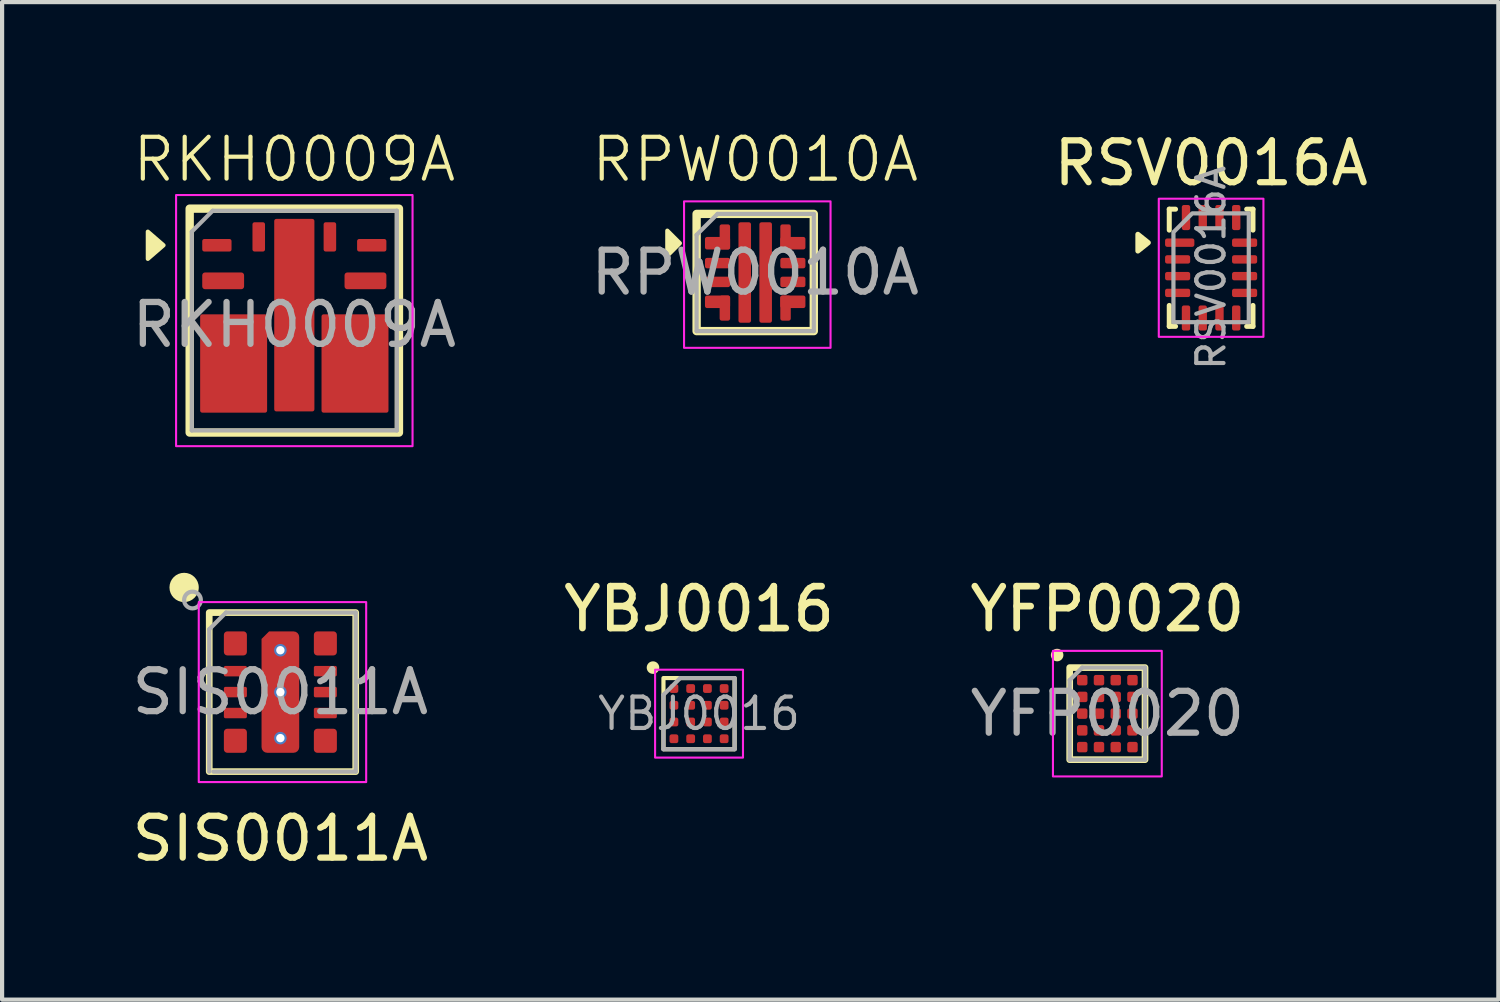
<source format=kicad_pcb>
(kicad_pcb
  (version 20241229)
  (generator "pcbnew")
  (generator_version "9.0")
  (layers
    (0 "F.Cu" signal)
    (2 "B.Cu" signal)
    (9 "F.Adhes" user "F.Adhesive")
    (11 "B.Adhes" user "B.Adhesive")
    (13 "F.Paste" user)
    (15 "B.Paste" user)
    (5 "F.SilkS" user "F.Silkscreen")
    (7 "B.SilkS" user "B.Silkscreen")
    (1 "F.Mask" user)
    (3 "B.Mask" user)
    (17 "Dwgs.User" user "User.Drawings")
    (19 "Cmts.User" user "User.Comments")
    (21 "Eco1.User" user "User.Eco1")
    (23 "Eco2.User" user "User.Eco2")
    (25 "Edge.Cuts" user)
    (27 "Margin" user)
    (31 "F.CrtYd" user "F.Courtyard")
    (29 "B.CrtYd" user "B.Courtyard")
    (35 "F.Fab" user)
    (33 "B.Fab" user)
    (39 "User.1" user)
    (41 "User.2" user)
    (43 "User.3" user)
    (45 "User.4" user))
  (footprint "YBJ0016"
    (layer "F.Cu")
    (at 13.652 14.001)
    (property "Reference" "YBJ0016" (at 0 -2.5 0) (unlocked yes) (layer "F.SilkS") (effects (font (size 1 1) (thickness 0.16))))
    (attr smd)
    (fp_rect (start -0.85 -0.85) (end 0.85 0.85) (stroke (width 0.1) (type default)) (fill no) (layer "F.SilkS"))
    (fp_circle (center -1.1 -1.1) (end -1 -1.1) (stroke (width 0.1) (type solid)) (fill yes) (layer "F.SilkS"))
    (fp_rect (start -1.05 -1.05) (end 1.05 1.05) (stroke (width 0.05) (type default)) (fill no) (layer "F.CrtYd"))
    (fp_line (start -0.85 0.85) (end -0.85 -0.45) (stroke (width 0.1) (type default)) (layer "F.Fab"))
    (fp_line (start -0.45 -0.85) (end -0.85 -0.45) (stroke (width 0.1) (type default)) (layer "F.Fab"))
    (fp_line (start -0.45 -0.85) (end 0.85 -0.85) (stroke (width 0.1) (type default)) (layer "F.Fab"))
    (fp_line (start 0.85 -0.85) (end 0.85 0.85) (stroke (width 0.1) (type default)) (layer "F.Fab"))
    (fp_line (start 0.85 0.85) (end -0.85 0.85) (stroke (width 0.1) (type default)) (layer "F.Fab"))
    (fp_text user "${REFERENCE}" (at 0 0 0) (unlocked yes) (layer "F.Fab") (effects (font (size 0.75 0.75) (thickness 0.1))))
    (pad "A1" smd roundrect (at -0.6 -0.6) (size 0.21 0.21) (layers "F.Cu" "F.Mask" "F.Paste") (roundrect_rratio 0.238))
    (pad "A2" smd roundrect (at -0.2 -0.6) (size 0.21 0.21) (layers "F.Cu" "F.Mask" "F.Paste") (roundrect_rratio 0.238))
    (pad "A3" smd roundrect (at 0.2 -0.6) (size 0.21 0.21) (layers "F.Cu" "F.Mask" "F.Paste") (roundrect_rratio 0.238))
    (pad "A4" smd roundrect (at 0.6 -0.6) (size 0.21 0.21) (layers "F.Cu" "F.Mask" "F.Paste") (roundrect_rratio 0.238))
    (pad "B1" smd roundrect (at -0.6 -0.2) (size 0.21 0.21) (layers "F.Cu" "F.Mask" "F.Paste") (roundrect_rratio 0.238))
    (pad "B2" smd roundrect (at -0.2 -0.2) (size 0.21 0.21) (layers "F.Cu" "F.Mask" "F.Paste") (roundrect_rratio 0.238))
    (pad "B3" smd roundrect (at 0.2 -0.2) (size 0.21 0.21) (layers "F.Cu" "F.Mask" "F.Paste") (roundrect_rratio 0.238))
    (pad "B4" smd roundrect (at 0.6 -0.2) (size 0.21 0.21) (layers "F.Cu" "F.Mask" "F.Paste") (roundrect_rratio 0.238))
    (pad "C1" smd roundrect (at -0.6 0.2) (size 0.21 0.21) (layers "F.Cu" "F.Mask" "F.Paste") (roundrect_rratio 0.238))
    (pad "C2" smd roundrect (at -0.2 0.2) (size 0.21 0.21) (layers "F.Cu" "F.Mask" "F.Paste") (roundrect_rratio 0.238))
    (pad "C3" smd roundrect (at 0.2 0.2) (size 0.21 0.21) (layers "F.Cu" "F.Mask" "F.Paste") (roundrect_rratio 0.238))
    (pad "C4" smd roundrect (at 0.6 0.2) (size 0.21 0.21) (layers "F.Cu" "F.Mask" "F.Paste") (roundrect_rratio 0.238))
    (pad "D1" smd roundrect (at -0.6 0.6) (size 0.21 0.21) (layers "F.Cu" "F.Mask" "F.Paste") (roundrect_rratio 0.238))
    (pad "D2" smd roundrect (at -0.2 0.6) (size 0.21 0.21) (layers "F.Cu" "F.Mask" "F.Paste") (roundrect_rratio 0.238))
    (pad "D3" smd roundrect (at 0.2 0.6) (size 0.21 0.21) (layers "F.Cu" "F.Mask" "F.Paste") (roundrect_rratio 0.238))
    (pad "D4" smd roundrect (at 0.6 0.6) (size 0.21 0.21) (layers "F.Cu" "F.Mask" "F.Paste") (roundrect_rratio 0.238)))
  (footprint "RKH0009A"
    (layer "F.Cu")
    (at 3.982 4.71)
    (property "Reference" "RKH0009A" (at 0 -3.95 0) (unlocked yes) (layer "F.SilkS") (effects (font (size 1 1) (thickness 0.1))))
    (attr smd)
    (fp_rect (start -2.5 -2.775) (end 2.5 2.575) (stroke (width 0.2) (type default)) (fill no) (layer "F.SilkS"))
    (fp_poly (pts (xy -3.125 -1.9) (xy -3.5 -2.225) (xy -3.5 -1.575)) (stroke (width 0.1) (type solid)) (fill yes) (layer "F.SilkS"))
    (fp_rect (start -2.825 -3.1) (end 2.825 2.9) (stroke (width 0.05) (type default)) (fill no) (layer "F.CrtYd"))
    (fp_line (start -2.45 -2.225) (end -1.95 -2.725) (stroke (width 0.1) (type default)) (layer "F.Fab"))
    (fp_line (start -2.45 2.525) (end -2.45 -2.225) (stroke (width 0.1) (type default)) (layer "F.Fab"))
    (fp_line (start -1.95 -2.725) (end 2.45 -2.725) (stroke (width 0.1) (type default)) (layer "F.Fab"))
    (fp_line (start 2.45 -2.725) (end 2.45 2.525) (stroke (width 0.1) (type default)) (layer "F.Fab"))
    (fp_line (start 2.45 2.525) (end -2.45 2.525) (stroke (width 0.1) (type default)) (layer "F.Fab"))
    (fp_text user "${REFERENCE}" (at 0 0 0) (unlocked yes) (layer "F.Fab") (effects (font (size 1 1) (thickness 0.15))))
    (pad "1" smd roundrect (at -1.85 -1.9) (size 0.7 0.3) (layers "F.Cu" "F.Mask" "F.Paste") (roundrect_rratio 0.167))
    (pad "1" smd roundrect (at -1.7 -1.05) (size 1 0.4) (layers "F.Cu" "F.Mask" "F.Paste" "Eco1.User") (roundrect_rratio 0.167))
    (pad "1" smd roundrect (at -1.451 -0.05) (size 1.5 0.3) (layers "F.Cu" "F.Mask" "F.Paste" "Eco1.User") (roundrect_rratio 0.167))
    (pad "1" smd roundrect (at -1.451 0.6) (size 1.5 0.3) (layers "F.Cu" "F.Mask" "F.Paste" "Eco1.User") (roundrect_rratio 0.167))
    (pad "1" smd roundrect (at -1.451 1.25) (size 1.5 0.3) (layers "F.Cu" "F.Mask" "F.Paste" "Eco1.User") (roundrect_rratio 0.167))
    (pad "1" smd roundrect (at -1.451 1.9) (size 1.5 0.3) (layers "F.Cu" "F.Mask" "F.Paste" "Eco1.User") (roundrect_rratio 0.167))
    (pad "1" smd roundrect (at -1.45 0.925) (size 1.6 2.35) (layers "F.Cu") (roundrect_rratio 0.031))
    (pad "1" smd roundrect (at -1.263 0.925) (size 1.125 2.25) (layers "F.Cu" "F.Mask" "F.Paste" "Eco1.User") (roundrect_rratio 0.044))
    (pad "1" smd roundrect (at -0.85 -2.1 90) (size 0.7 0.3) (layers "F.Cu" "F.Mask" "F.Paste") (roundrect_rratio 0.167))
    (pad "1" smd roundrect (at 0 -1.95 90) (size 1 0.4) (layers "F.Cu" "F.Mask" "F.Paste" "Eco1.User") (roundrect_rratio 0.167))
    (pad "1" smd roundrect (at 0 -0.23 180) (size 0.96 4.6) (layers "F.Cu") (roundrect_rratio 0.052))
    (pad "1" smd roundrect (at 0.85 -2.1 90) (size 0.7 0.3) (layers "F.Cu" "F.Mask" "F.Paste") (roundrect_rratio 0.167))
    (pad "1" smd roundrect (at 1.263 0.925) (size 1.125 2.25) (layers "F.Cu" "F.Mask" "F.Paste" "Eco1.User") (roundrect_rratio 0.044))
    (pad "1" smd roundrect (at 1.45 0.925) (size 1.6 2.35) (layers "F.Cu") (roundrect_rratio 0.031))
    (pad "1" smd roundrect (at 1.451 -0.05) (size 1.5 0.3) (layers "F.Cu" "F.Mask" "F.Paste" "Eco1.User") (roundrect_rratio 0.167))
    (pad "1" smd roundrect (at 1.451 0.6) (size 1.5 0.3) (layers "F.Cu" "F.Mask" "F.Paste" "Eco1.User") (roundrect_rratio 0.167))
    (pad "1" smd roundrect (at 1.451 1.25) (size 1.5 0.3) (layers "F.Cu" "F.Mask" "F.Paste" "Eco1.User") (roundrect_rratio 0.167))
    (pad "1" smd roundrect (at 1.451 1.9) (size 1.5 0.3) (layers "F.Cu" "F.Mask" "F.Paste" "Eco1.User") (roundrect_rratio 0.167))
    (pad "1" smd roundrect (at 1.7 -1.05) (size 1 0.4) (layers "F.Cu" "F.Mask" "F.Paste" "Eco1.User") (roundrect_rratio 0.167))
    (pad "1" smd roundrect (at 1.85 -1.9) (size 0.7 0.3) (layers "F.Cu" "F.Mask" "F.Paste") (roundrect_rratio 0.167)))
  (footprint "SIS0011A"
    (layer "F.Cu")
    (at 3.649 13.486)
    (property "Reference" "SIS0011A" (at 0 3.5 0) (unlocked yes) (layer "F.SilkS") (effects (font (size 1 1) (thickness 0.15))))
    (attr smd)
    (fp_rect (start -1.7 -1.9) (end 1.8 1.9) (stroke (width 0.16) (type default)) (fill no) (layer "F.SilkS"))
    (fp_circle (center -2.3 -2.5) (end -2 -2.5) (stroke (width 0.1) (type solid)) (fill yes) (layer "F.SilkS"))
    (fp_rect (start -1.95 -2.15) (end 2.05 2.15) (stroke (width 0.05) (type default)) (fill no) (layer "F.CrtYd"))
    (fp_line (start -1.7 -1.5) (end -1.7 1.9) (stroke (width 0.1) (type default)) (layer "F.Fab"))
    (fp_line (start -1.7 -1.5) (end -1.3 -1.9) (stroke (width 0.1) (type default)) (layer "F.Fab"))
    (fp_line (start -1.6 1.9) (end 1.8 1.9) (stroke (width 0.1) (type default)) (layer "F.Fab"))
    (fp_line (start -1.3 -1.9) (end 1.8 -1.9) (stroke (width 0.1) (type default)) (layer "F.Fab"))
    (fp_line (start 1.8 1.9) (end 1.8 -1.9) (stroke (width 0.1) (type default)) (layer "F.Fab"))
    (fp_circle (center -2.1 -2.2) (end -1.9 -2.2) (stroke (width 0.1) (type solid)) (fill no) (layer "F.Fab"))
    (fp_text user "${REFERENCE}" (at 0 0 0) (unlocked yes) (layer "F.Fab") (effects (font (size 1 1) (thickness 0.15))))
    (pad "1" smd roundrect (at -1.075 -1.163) (size 0.55 0.575) (layers "F.Cu" "F.Mask" "F.Paste") (roundrect_rratio 0.15))
    (pad "2" smd roundrect (at -1.075 -0.5) (size 0.55 0.25) (layers "F.Cu" "F.Mask" "F.Paste") (roundrect_rratio 0.15))
    (pad "3" smd roundrect (at -1.075 0) (size 0.55 0.25) (layers "F.Cu" "F.Mask" "F.Paste") (roundrect_rratio 0.15))
    (pad "4" smd roundrect (at -1.075 0.5) (size 0.55 0.25) (layers "F.Cu" "F.Mask" "F.Paste") (roundrect_rratio 0.15))
    (pad "5" smd roundrect (at -1.075 1.163) (size 0.55 0.575) (layers "F.Cu" "F.Mask" "F.Paste") (roundrect_rratio 0.15))
    (pad "6" smd roundrect (at 1.075 1.163) (size 0.55 0.575) (layers "F.Cu" "F.Mask" "F.Paste") (roundrect_rratio 0.15))
    (pad "7" smd roundrect (at 1.075 0.5) (size 0.55 0.25) (layers "F.Cu" "F.Mask" "F.Paste") (roundrect_rratio 0.15))
    (pad "8" smd roundrect (at 1.075 0) (size 0.55 0.25) (layers "F.Cu" "F.Mask" "F.Paste") (roundrect_rratio 0.15))
    (pad "9" smd roundrect (at 1.075 -0.5) (size 0.55 0.25) (layers "F.Cu" "F.Mask" "F.Paste") (roundrect_rratio 0.15))
    (pad "10" smd roundrect (at 1.075 -1.163) (size 0.55 0.575) (layers "F.Cu" "F.Mask" "F.Paste") (roundrect_rratio 0.15))
    (pad "11" thru_hole circle (at 0 -1) (size 0.3 0.3) (drill 0.2) (property pad_prop_heatsink) (layers "*.Cu" "F.Mask"))
    (pad "11" thru_hole circle (at 0 0) (size 0.3 0.3) (drill 0.2) (property pad_prop_heatsink) (layers "*.Cu" "F.Mask"))
    (pad "11" smd roundrect (at 0 0) (size 0.9 2.9) (property pad_prop_heatsink) (layers "F.Cu" "F.Mask" "F.Paste") (roundrect_rratio 0.15) (chamfer_ratio 0.2) (chamfer top_left))
    (pad "11" thru_hole circle (at 0 1.1) (size 0.3 0.3) (drill 0.2) (property pad_prop_heatsink) (layers "*.Cu" "F.Mask")))
  (footprint "RPW0010A"
    (layer "F.Cu")
    (at 14.994 3.461)
    (property "Reference" "RPW0010A" (at 0 -2.7 0) (unlocked yes) (layer "F.SilkS") (effects (font (size 1 1) (thickness 0.1))))
    (attr smd)
    (fp_rect (start -1.4 -1.4) (end 1.4 1.4) (stroke (width 0.2) (type default)) (fill no) (layer "F.SilkS"))
    (fp_poly (pts (xy -1.8 -0.7) (xy -2.1 -1) (xy -2.1 -0.4)) (stroke (width 0.1) (type solid)) (fill yes) (layer "F.SilkS"))
    (fp_rect (start -1.7 -1.7) (end 1.8 1.8) (stroke (width 0.05) (type default)) (fill no) (layer "F.CrtYd"))
    (fp_line (start -1.4 -0.9) (end -0.9 -1.4) (stroke (width 0.1) (type default)) (layer "F.Fab"))
    (fp_line (start -1.4 1.4) (end -1.4 -0.9) (stroke (width 0.1) (type default)) (layer "F.Fab"))
    (fp_line (start -0.9 -1.4) (end 1.4 -1.4) (stroke (width 0.1) (type default)) (layer "F.Fab"))
    (fp_line (start 1.4 -1.4) (end 1.4 1.4) (stroke (width 0.1) (type default)) (layer "F.Fab"))
    (fp_line (start 1.4 1.4) (end -1.4 1.4) (stroke (width 0.1) (type default)) (layer "F.Fab"))
    (fp_text user "${REFERENCE}" (at 0 0 0) (unlocked yes) (layer "F.Fab") (effects (font (size 1 1) (thickness 0.15))))
    (pad "1" smd roundrect (at -0.9 -0.7) (size 0.6 0.3) (layers "F.Cu" "F.Mask" "F.Paste") (roundrect_rratio 0.167))
    (pad "1" smd roundrect (at -0.725 -0.85 90) (size 0.6 0.25) (layers "F.Cu" "F.Mask" "F.Paste") (roundrect_rratio 0.2))
    (pad "2" smd roundrect (at -0.9 -0.225) (size 0.6 0.25) (layers "F.Cu" "F.Mask" "F.Paste") (roundrect_rratio 0.2))
    (pad "3" smd roundrect (at -0.9 0.225) (size 0.6 0.25) (layers "F.Cu" "F.Mask" "F.Paste") (roundrect_rratio 0.2))
    (pad "4" smd roundrect (at -0.9 0.7) (size 0.6 0.3) (layers "F.Cu" "F.Mask" "F.Paste") (roundrect_rratio 0.167))
    (pad "4" smd roundrect (at -0.725 0.85 90) (size 0.6 0.25) (layers "F.Cu" "F.Mask" "F.Paste") (roundrect_rratio 0.2))
    (pad "5" smd roundrect (at -0.25 0) (size 0.3 2.4) (layers "F.Cu" "F.Mask" "F.Paste") (roundrect_rratio 0.167))
    (pad "6" smd roundrect (at 0.25 0) (size 0.3 2.4) (layers "F.Cu" "F.Mask" "F.Paste") (roundrect_rratio 0.167))
    (pad "7" smd roundrect (at 0.725 0.85 90) (size 0.6 0.25) (layers "F.Cu" "F.Mask" "F.Paste") (roundrect_rratio 0.2))
    (pad "7" smd roundrect (at 0.9 0.7) (size 0.6 0.3) (layers "F.Cu" "F.Mask" "F.Paste") (roundrect_rratio 0.167))
    (pad "8" smd roundrect (at 0.9 0.225) (size 0.6 0.25) (layers "F.Cu" "F.Mask" "F.Paste") (roundrect_rratio 0.2))
    (pad "9" smd roundrect (at 0.9 -0.225) (size 0.6 0.25) (layers "F.Cu" "F.Mask" "F.Paste") (roundrect_rratio 0.2))
    (pad "10" smd roundrect (at 0.725 -0.85 90) (size 0.6 0.25) (layers "F.Cu" "F.Mask" "F.Paste") (roundrect_rratio 0.2))
    (pad "10" smd roundrect (at 0.9 -0.7) (size 0.6 0.3) (layers "F.Cu" "F.Mask" "F.Paste") (roundrect_rratio 0.167)))
  (footprint "YFP0020"
    (layer "F.Cu")
    (at 23.408 14.001)
    (property "Reference" "YFP0020" (at 0 -2.5 0) (unlocked yes) (layer "F.SilkS") (effects (font (size 1 1) (thickness 0.16))))
    (attr smd)
    (fp_rect (start -0.9 -1.1) (end 0.9 1.1) (stroke (width 0.16) (type default)) (fill no) (layer "F.SilkS"))
    (fp_circle (center -1.2 -1.4) (end -1.1 -1.4) (stroke (width 0.1) (type default)) (fill yes) (layer "F.SilkS"))
    (fp_rect (start -1.3 -1.5) (end 1.3 1.5) (stroke (width 0.05) (type default)) (fill no) (layer "F.CrtYd"))
    (fp_line (start -0.9 1.1) (end -0.9 -0.8) (stroke (width 0.1) (type default)) (layer "F.Fab"))
    (fp_line (start -0.6 -1.1) (end -0.9 -0.8) (stroke (width 0.1) (type default)) (layer "F.Fab"))
    (fp_line (start 0.9 -1.1) (end -0.6 -1.1) (stroke (width 0.1) (type default)) (layer "F.Fab"))
    (fp_line (start 0.9 -1.1) (end 0.9 1.1) (stroke (width 0.1) (type default)) (layer "F.Fab"))
    (fp_line (start 0.9 1.1) (end -0.9 1.1) (stroke (width 0.1) (type default)) (layer "F.Fab"))
    (fp_text user "${REFERENCE}" (at 0 0 0) (unlocked yes) (layer "F.Fab") (effects (font (size 1 1) (thickness 0.15))))
    (pad "A1" smd roundrect (at -0.6 -0.8) (size 0.25 0.25) (layers "F.Cu" "F.Mask" "F.Paste") (roundrect_rratio 0.2))
    (pad "A2" smd roundrect (at -0.2 -0.8) (size 0.25 0.25) (layers "F.Cu" "F.Mask" "F.Paste") (roundrect_rratio 0.2))
    (pad "A3" smd roundrect (at 0.2 -0.8) (size 0.25 0.25) (layers "F.Cu" "F.Mask" "F.Paste") (roundrect_rratio 0.2))
    (pad "A4" smd roundrect (at 0.6 -0.8) (size 0.25 0.25) (layers "F.Cu" "F.Mask" "F.Paste") (roundrect_rratio 0.2))
    (pad "B1" smd roundrect (at -0.6 -0.4) (size 0.25 0.25) (layers "F.Cu" "F.Mask" "F.Paste") (roundrect_rratio 0.2))
    (pad "B2" smd roundrect (at -0.2 -0.4) (size 0.25 0.25) (layers "F.Cu" "F.Mask" "F.Paste") (roundrect_rratio 0.2))
    (pad "B3" smd roundrect (at 0.2 -0.4) (size 0.25 0.25) (layers "F.Cu" "F.Mask" "F.Paste") (roundrect_rratio 0.2))
    (pad "B4" smd roundrect (at 0.6 -0.4) (size 0.25 0.25) (layers "F.Cu" "F.Mask" "F.Paste") (roundrect_rratio 0.2))
    (pad "C1" smd roundrect (at -0.6 0) (size 0.25 0.25) (layers "F.Cu" "F.Mask" "F.Paste") (roundrect_rratio 0.2))
    (pad "C2" smd roundrect (at -0.2 0) (size 0.25 0.25) (layers "F.Cu" "F.Mask" "F.Paste") (roundrect_rratio 0.2))
    (pad "C3" smd roundrect (at 0.2 0) (size 0.25 0.25) (layers "F.Cu" "F.Mask" "F.Paste") (roundrect_rratio 0.2))
    (pad "C4" smd roundrect (at 0.6 0) (size 0.25 0.25) (layers "F.Cu" "F.Mask" "F.Paste") (roundrect_rratio 0.2))
    (pad "D1" smd roundrect (at -0.6 0.4) (size 0.25 0.25) (layers "F.Cu" "F.Mask" "F.Paste") (roundrect_rratio 0.2))
    (pad "D2" smd roundrect (at -0.2 0.4) (size 0.25 0.25) (layers "F.Cu" "F.Mask" "F.Paste") (roundrect_rratio 0.2))
    (pad "D3" smd roundrect (at 0.2 0.4) (size 0.25 0.25) (layers "F.Cu" "F.Mask" "F.Paste") (roundrect_rratio 0.2))
    (pad "D4" smd roundrect (at 0.6 0.4) (size 0.25 0.25) (layers "F.Cu" "F.Mask" "F.Paste") (roundrect_rratio 0.2))
    (pad "E1" smd roundrect (at -0.6 0.8) (size 0.25 0.25) (layers "F.Cu" "F.Mask" "F.Paste") (roundrect_rratio 0.2))
    (pad "E2" smd roundrect (at -0.2 0.8) (size 0.25 0.25) (layers "F.Cu" "F.Mask" "F.Paste") (roundrect_rratio 0.2))
    (pad "E3" smd roundrect (at 0.2 0.8) (size 0.25 0.25) (layers "F.Cu" "F.Mask" "F.Paste") (roundrect_rratio 0.2))
    (pad "E4" smd roundrect (at 0.6 0.8) (size 0.25 0.25) (layers "F.Cu" "F.Mask" "F.Paste") (roundrect_rratio 0.2)))
  (footprint "RSV0016A"
    (layer "F.Cu")
    (at 25.887 3.348)
    (property "Reference" "RSV0016A" (at 0 -2.5 0) (layer "F.SilkS") (effects (font (size 1 1) (thickness 0.15))))
    (attr smd)
    (fp_line (start -1 -1.4) (end -0.85 -1.4) (stroke (width 0.12) (type solid)) (layer "F.SilkS"))
    (fp_line (start -1 -0.9) (end -1 -1.4) (stroke (width 0.12) (type solid)) (layer "F.SilkS"))
    (fp_line (start -1 1.4) (end -1 0.9) (stroke (width 0.12) (type solid)) (layer "F.SilkS"))
    (fp_line (start -1 1.4) (end -0.85 1.4) (stroke (width 0.12) (type solid)) (layer "F.SilkS"))
    (fp_line (start 0.85 -1.4) (end 1 -1.4) (stroke (width 0.12) (type solid)) (layer "F.SilkS"))
    (fp_line (start 0.85 1.4) (end 1 1.4) (stroke (width 0.12) (type solid)) (layer "F.SilkS"))
    (fp_line (start 1 -1.4) (end 1 -0.9) (stroke (width 0.12) (type solid)) (layer "F.SilkS"))
    (fp_line (start 1 1.4) (end 1 0.9) (stroke (width 0.12) (type solid)) (layer "F.SilkS"))
    (fp_poly (pts (xy -1.75 -0.4) (xy -1.75 -0.8) (xy -1.5 -0.6)) (stroke (width 0.12) (type solid)) (fill yes) (layer "F.SilkS"))
    (fp_rect (start -1.25 -1.65) (end 1.25 1.65) (stroke (width 0.05) (type default)) (fill no) (layer "F.CrtYd"))
    (fp_poly (pts (xy -0.9 -0.85) (xy -0.9 1.3) (xy 0.9 1.3) (xy 0.9 -1.3) (xy -0.45 -1.3)) (stroke (width 0.1) (type solid)) (fill no) (layer "F.Fab"))
    (fp_text user "${REFERENCE}" (at 0 0 90) (layer "F.Fab") (effects (font (size 0.65 0.65) (thickness 0.1))))
    (pad "1" smd roundrect (at -0.75 -0.6) (size 0.7 0.2) (layers "F.Cu" "F.Mask" "F.Paste") (roundrect_rratio 0.25))
    (pad "2" smd roundrect (at -0.8 -0.2) (size 0.6 0.2) (layers "F.Cu" "F.Mask" "F.Paste") (roundrect_rratio 0.25))
    (pad "3" smd roundrect (at -0.8 0.2) (size 0.6 0.2) (layers "F.Cu" "F.Mask" "F.Paste") (roundrect_rratio 0.25))
    (pad "4" smd roundrect (at -0.8 0.6) (size 0.6 0.2) (layers "F.Cu" "F.Mask" "F.Paste") (roundrect_rratio 0.25))
    (pad "5" smd roundrect (at -0.6 1.2) (size 0.2 0.6) (layers "F.Cu" "F.Mask" "F.Paste") (roundrect_rratio 0.25))
    (pad "6" smd roundrect (at -0.2 1.2) (size 0.2 0.6) (layers "F.Cu" "F.Mask" "F.Paste") (roundrect_rratio 0.25))
    (pad "7" smd roundrect (at 0.2 1.2) (size 0.2 0.6) (layers "F.Cu" "F.Mask" "F.Paste") (roundrect_rratio 0.25))
    (pad "8" smd roundrect (at 0.6 1.2) (size 0.2 0.6) (layers "F.Cu" "F.Mask" "F.Paste") (roundrect_rratio 0.25))
    (pad "9" smd roundrect (at 0.8 0.6) (size 0.6 0.2) (layers "F.Cu" "F.Mask" "F.Paste") (roundrect_rratio 0.25))
    (pad "10" smd roundrect (at 0.8 0.2) (size 0.6 0.2) (layers "F.Cu" "F.Mask" "F.Paste") (roundrect_rratio 0.25))
    (pad "11" smd roundrect (at 0.8 -0.2) (size 0.6 0.2) (layers "F.Cu" "F.Mask" "F.Paste") (roundrect_rratio 0.25))
    (pad "12" smd roundrect (at 0.8 -0.6) (size 0.6 0.2) (layers "F.Cu" "F.Mask" "F.Paste") (roundrect_rratio 0.25))
    (pad "13" smd roundrect (at 0.6 -1.2) (size 0.2 0.6) (layers "F.Cu" "F.Mask" "F.Paste") (roundrect_rratio 0.25))
    (pad "14" smd roundrect (at 0.2 -1.2) (size 0.2 0.6) (layers "F.Cu" "F.Mask" "F.Paste") (roundrect_rratio 0.25))
    (pad "15" smd roundrect (at -0.2 -1.2) (size 0.2 0.6) (layers "F.Cu" "F.Mask" "F.Paste") (roundrect_rratio 0.25))
    (pad "16" smd roundrect (at -0.6 -1.2) (size 0.2 0.6) (layers "F.Cu" "F.Mask" "F.Paste") (roundrect_rratio 0.25)))
  (gr_rect
    (start -3 -3)
    (end 32.75 20.834)
    (stroke (width 0.1) (type default))
    (fill no)
    (layer "Edge.Cuts")))
</source>
